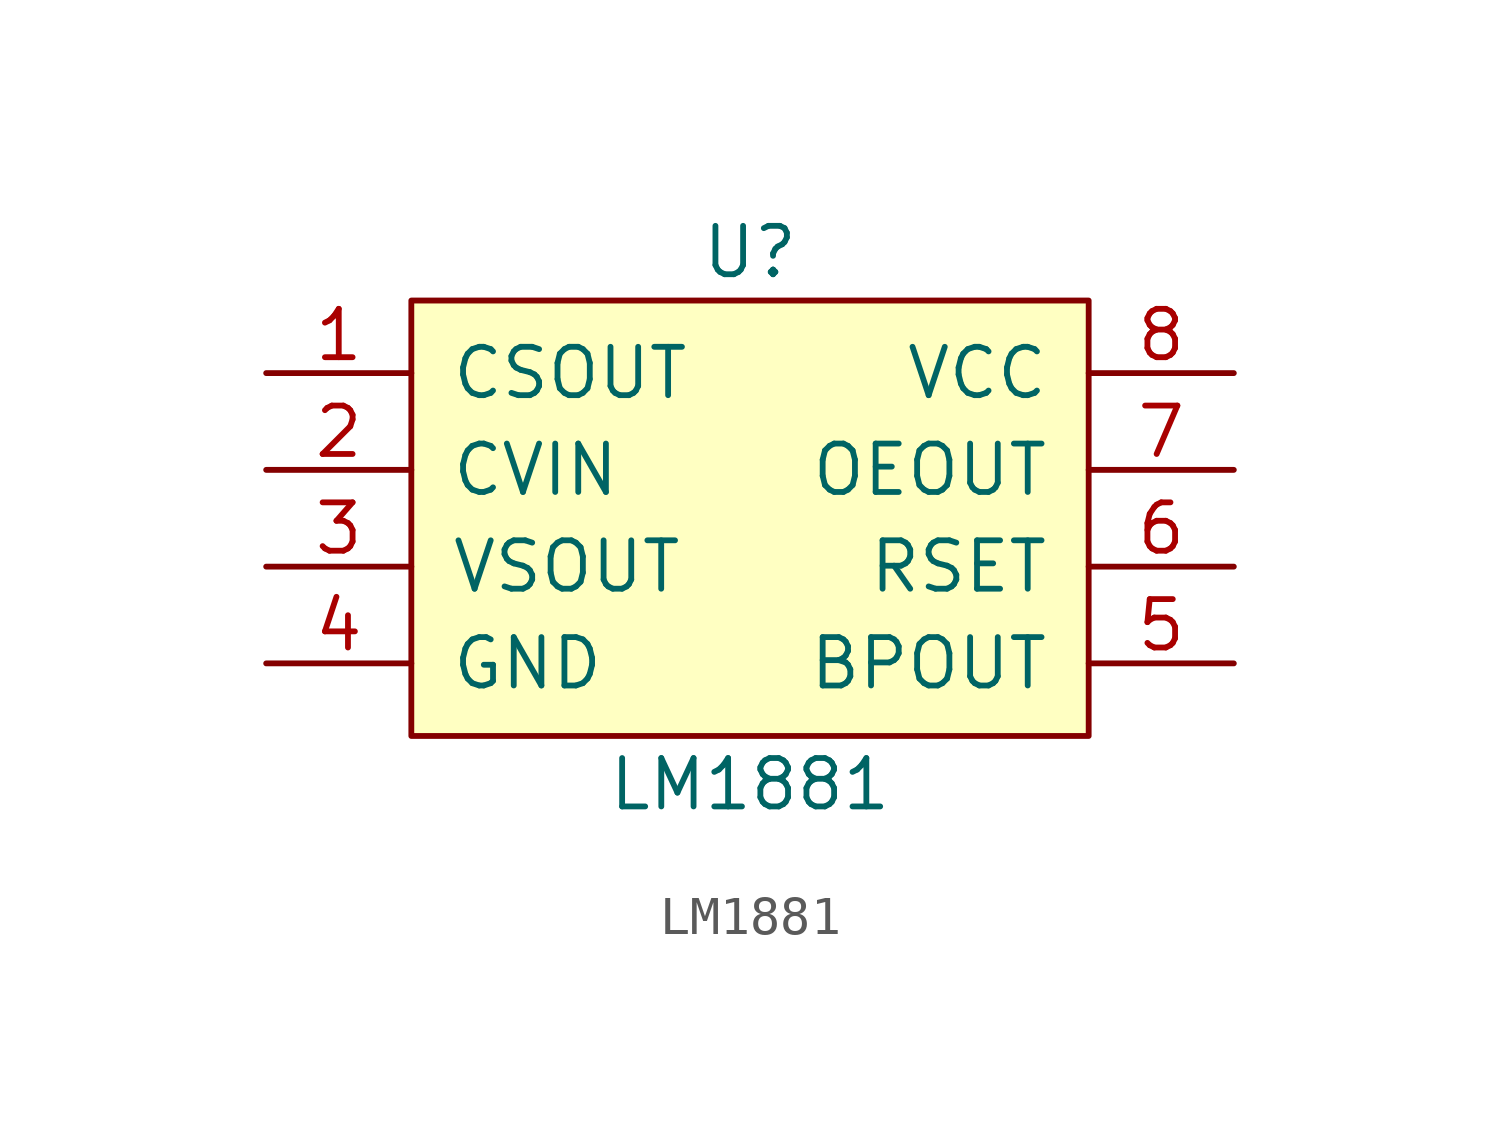
<source format=kicad_sym>
(kicad_symbol_lib
  (version 20211014)
  (generator kicad_symbol_editor)
  (symbol "LM1881"
    (pin_names
      (offset 1.016))
    (property "Reference" "U"
      (at 0 7.62 0)
      (effects (font (size 1.27 1.27))))
    (property "Value" "LM1881"
      (at 0 -6.35 0)
      (effects (font (size 1.27 1.27))))
    (symbol "LM1881_0_1"
      (rectangle (start -8.89 6.35) (end 8.89 -5.08) (stroke (width 0) (type default) (color 0 0 0 0)) (fill (type background))))
    (symbol "LM1881_1_1"
      (pin output line (at -12.7 4.445 0) (length 3.81) (name "CSOUT" (effects (font (size 1.27 1.27)))) (number "1" (effects (font (size 1.27 1.27)))))
      (pin input line (at -12.7 1.905 0) (length 3.81) (name "CVIN" (effects (font (size 1.27 1.27)))) (number "2" (effects (font (size 1.27 1.27)))))
      (pin output line (at -12.7 -0.635 0) (length 3.81) (name "VSOUT" (effects (font (size 1.27 1.27)))) (number "3" (effects (font (size 1.27 1.27)))))
      (pin power_in line (at -12.7 -3.175 0) (length 3.81) (name "GND" (effects (font (size 1.27 1.27)))) (number "4" (effects (font (size 1.27 1.27)))))
      (pin output line (at 12.7 -3.175 180) (length 3.81) (name "BPOUT" (effects (font (size 1.27 1.27)))) (number "5" (effects (font (size 1.27 1.27)))))
      (pin input line (at 12.7 -0.635 180) (length 3.81) (name "RSET" (effects (font (size 1.27 1.27)))) (number "6" (effects (font (size 1.27 1.27)))))
      (pin output line (at 12.7 1.905 180) (length 3.81) (name "OEOUT" (effects (font (size 1.27 1.27)))) (number "7" (effects (font (size 1.27 1.27)))))
      (pin power_in line (at 12.7 4.445 180) (length 3.81) (name "VCC" (effects (font (size 1.27 1.27)))) (number "8" (effects (font (size 1.27 1.27))))))))
</source>
